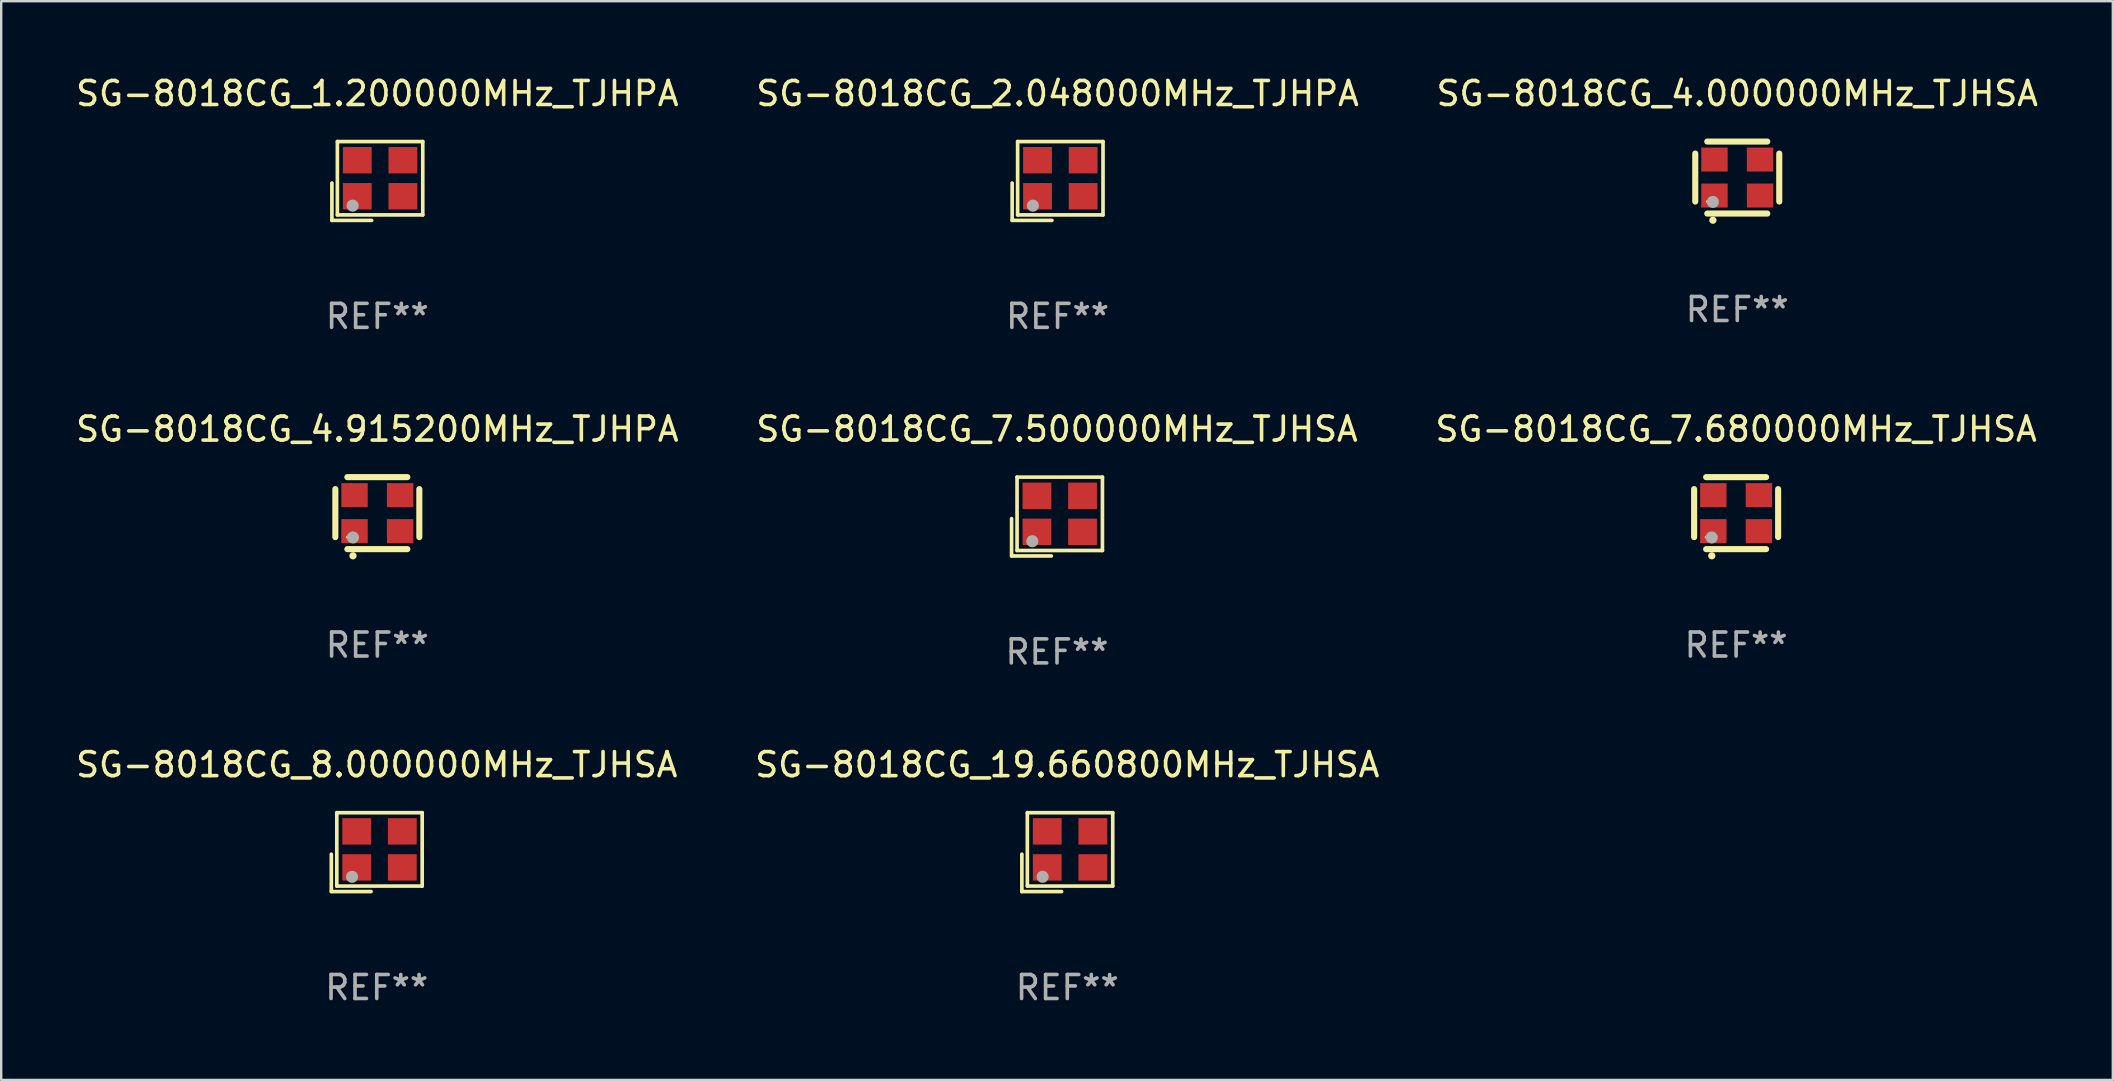
<source format=kicad_pcb>
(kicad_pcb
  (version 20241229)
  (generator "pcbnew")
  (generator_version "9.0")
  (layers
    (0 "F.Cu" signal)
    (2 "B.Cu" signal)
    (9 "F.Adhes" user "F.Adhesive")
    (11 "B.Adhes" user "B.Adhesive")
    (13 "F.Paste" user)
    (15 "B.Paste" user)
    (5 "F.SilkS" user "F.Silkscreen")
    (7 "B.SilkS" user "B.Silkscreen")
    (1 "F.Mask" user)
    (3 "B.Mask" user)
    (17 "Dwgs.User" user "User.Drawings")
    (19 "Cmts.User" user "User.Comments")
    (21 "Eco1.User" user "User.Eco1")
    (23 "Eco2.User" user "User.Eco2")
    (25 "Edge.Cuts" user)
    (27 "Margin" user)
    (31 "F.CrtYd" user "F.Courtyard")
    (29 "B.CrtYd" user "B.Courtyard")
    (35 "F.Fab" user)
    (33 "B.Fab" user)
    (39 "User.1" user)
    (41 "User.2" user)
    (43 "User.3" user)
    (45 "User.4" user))
  (footprint "SG-8018CG_7.500000MHz_TJHSA"
    (layer "F.Cu")
    (at 40.994 18.474)
    (property "Reference" "SG-8018CG_7.500000MHz_TJHSA" (at 0 -3.643 0) (layer "F.SilkS") (effects (font (size 1 1) (thickness 0.15))))
    (attr through_hole)
    (fp_line (start -1.893 0.086) (end -1.893 1.643) (stroke (width 0.152) (type solid)) (layer "F.SilkS"))
    (fp_line (start -1.893 1.643) (end -0.237 1.643) (stroke (width 0.152) (type solid)) (layer "F.SilkS"))
    (fp_line (start -1.665 -1.643) (end 1.893 -1.643) (stroke (width 0.152) (type solid)) (layer "F.SilkS"))
    (fp_line (start -1.665 1.414) (end -1.665 -1.643) (stroke (width 0.152) (type solid)) (layer "F.SilkS"))
    (fp_line (start 1.893 -1.643) (end 1.893 1.414) (stroke (width 0.152) (type solid)) (layer "F.SilkS"))
    (fp_line (start 1.893 1.414) (end -1.665 1.414) (stroke (width 0.152) (type solid)) (layer "F.SilkS"))
    (fp_circle (center -1.136 0.885) (end -1.106 0.885) (stroke (width 0.06) (type solid)) (fill no) (layer "F.SilkS"))
    (fp_circle (center -1.029 1.028) (end -0.902 1.028) (stroke (width 0.254) (type solid)) (fill no) (layer "F.Fab"))
    (fp_text user "REF**" (at 0 5.643 0) (layer "F.Fab") (effects (font (size 1 1) (thickness 0.15))))
    (pad "1" smd rect (at -0.836 0.636) (size 1.2 1.1) (layers "F.Cu" "F.Mask" "F.Paste"))
    (pad "2" smd rect (at 1.064 0.636) (size 1.2 1.1) (layers "F.Cu" "F.Mask" "F.Paste"))
    (pad "3" smd rect (at 1.064 -0.865) (size 1.2 1.1) (layers "F.Cu" "F.Mask" "F.Paste"))
    (pad "4" smd rect (at -0.836 -0.865) (size 1.2 1.1) (layers "F.Cu" "F.Mask" "F.Paste")))
  (footprint "SG-8018CG_1.200000MHz_TJHPA"
    (layer "F.Cu")
    (at 12.673 4.491)
    (property "Reference" "SG-8018CG_1.200000MHz_TJHPA" (at 0 -3.643 0) (layer "F.SilkS") (effects (font (size 1 1) (thickness 0.15))))
    (attr through_hole)
    (fp_line (start -1.893 0.086) (end -1.893 1.643) (stroke (width 0.152) (type solid)) (layer "F.SilkS"))
    (fp_line (start -1.893 1.643) (end -0.237 1.643) (stroke (width 0.152) (type solid)) (layer "F.SilkS"))
    (fp_line (start -1.665 -1.643) (end 1.893 -1.643) (stroke (width 0.152) (type solid)) (layer "F.SilkS"))
    (fp_line (start -1.665 1.414) (end -1.665 -1.643) (stroke (width 0.152) (type solid)) (layer "F.SilkS"))
    (fp_line (start 1.893 -1.643) (end 1.893 1.414) (stroke (width 0.152) (type solid)) (layer "F.SilkS"))
    (fp_line (start 1.893 1.414) (end -1.665 1.414) (stroke (width 0.152) (type solid)) (layer "F.SilkS"))
    (fp_circle (center -1.136 0.885) (end -1.106 0.885) (stroke (width 0.06) (type solid)) (fill no) (layer "F.SilkS"))
    (fp_circle (center -1.029 1.028) (end -0.902 1.028) (stroke (width 0.254) (type solid)) (fill no) (layer "F.Fab"))
    (fp_text user "REF**" (at 0 5.643 0) (layer "F.Fab") (effects (font (size 1 1) (thickness 0.15))))
    (pad "1" smd rect (at -0.836 0.636) (size 1.2 1.1) (layers "F.Cu" "F.Mask" "F.Paste"))
    (pad "2" smd rect (at 1.064 0.636) (size 1.2 1.1) (layers "F.Cu" "F.Mask" "F.Paste"))
    (pad "3" smd rect (at 1.064 -0.865) (size 1.2 1.1) (layers "F.Cu" "F.Mask" "F.Paste"))
    (pad "4" smd rect (at -0.836 -0.865) (size 1.2 1.1) (layers "F.Cu" "F.Mask" "F.Paste")))
  (footprint "SG-8018CG_2.048000MHz_TJHPA"
    (layer "F.Cu")
    (at 41.018 4.491)
    (property "Reference" "SG-8018CG_2.048000MHz_TJHPA" (at 0 -3.643 0) (layer "F.SilkS") (effects (font (size 1 1) (thickness 0.15))))
    (attr through_hole)
    (fp_line (start -1.893 0.086) (end -1.893 1.643) (stroke (width 0.152) (type solid)) (layer "F.SilkS"))
    (fp_line (start -1.893 1.643) (end -0.237 1.643) (stroke (width 0.152) (type solid)) (layer "F.SilkS"))
    (fp_line (start -1.665 -1.643) (end 1.893 -1.643) (stroke (width 0.152) (type solid)) (layer "F.SilkS"))
    (fp_line (start -1.665 1.414) (end -1.665 -1.643) (stroke (width 0.152) (type solid)) (layer "F.SilkS"))
    (fp_line (start 1.893 -1.643) (end 1.893 1.414) (stroke (width 0.152) (type solid)) (layer "F.SilkS"))
    (fp_line (start 1.893 1.414) (end -1.665 1.414) (stroke (width 0.152) (type solid)) (layer "F.SilkS"))
    (fp_circle (center -1.136 0.885) (end -1.106 0.885) (stroke (width 0.06) (type solid)) (fill no) (layer "F.SilkS"))
    (fp_circle (center -1.029 1.028) (end -0.902 1.028) (stroke (width 0.254) (type solid)) (fill no) (layer "F.Fab"))
    (fp_text user "REF**" (at 0 5.643 0) (layer "F.Fab") (effects (font (size 1 1) (thickness 0.15))))
    (pad "1" smd rect (at -0.836 0.636) (size 1.2 1.1) (layers "F.Cu" "F.Mask" "F.Paste"))
    (pad "2" smd rect (at 1.064 0.636) (size 1.2 1.1) (layers "F.Cu" "F.Mask" "F.Paste"))
    (pad "3" smd rect (at 1.064 -0.865) (size 1.2 1.1) (layers "F.Cu" "F.Mask" "F.Paste"))
    (pad "4" smd rect (at -0.836 -0.865) (size 1.2 1.1) (layers "F.Cu" "F.Mask" "F.Paste")))
  (footprint "SG-8018CG_19.660800MHz_TJHSA"
    (layer "F.Cu")
    (at 41.423 32.457)
    (property "Reference" "SG-8018CG_19.660800MHz_TJHSA" (at 0 -3.643 0) (layer "F.SilkS") (effects (font (size 1 1) (thickness 0.15))))
    (attr through_hole)
    (fp_line (start -1.893 0.086) (end -1.893 1.643) (stroke (width 0.152) (type solid)) (layer "F.SilkS"))
    (fp_line (start -1.893 1.643) (end -0.237 1.643) (stroke (width 0.152) (type solid)) (layer "F.SilkS"))
    (fp_line (start -1.665 -1.643) (end 1.893 -1.643) (stroke (width 0.152) (type solid)) (layer "F.SilkS"))
    (fp_line (start -1.665 1.414) (end -1.665 -1.643) (stroke (width 0.152) (type solid)) (layer "F.SilkS"))
    (fp_line (start 1.893 -1.643) (end 1.893 1.414) (stroke (width 0.152) (type solid)) (layer "F.SilkS"))
    (fp_line (start 1.893 1.414) (end -1.665 1.414) (stroke (width 0.152) (type solid)) (layer "F.SilkS"))
    (fp_circle (center -1.136 0.885) (end -1.106 0.885) (stroke (width 0.06) (type solid)) (fill no) (layer "F.SilkS"))
    (fp_circle (center -1.029 1.028) (end -0.902 1.028) (stroke (width 0.254) (type solid)) (fill no) (layer "F.Fab"))
    (fp_text user "REF**" (at 0 5.643 0) (layer "F.Fab") (effects (font (size 1 1) (thickness 0.15))))
    (pad "1" smd rect (at -0.836 0.636) (size 1.2 1.1) (layers "F.Cu" "F.Mask" "F.Paste"))
    (pad "2" smd rect (at 1.064 0.636) (size 1.2 1.1) (layers "F.Cu" "F.Mask" "F.Paste"))
    (pad "3" smd rect (at 1.064 -0.865) (size 1.2 1.1) (layers "F.Cu" "F.Mask" "F.Paste"))
    (pad "4" smd rect (at -0.836 -0.865) (size 1.2 1.1) (layers "F.Cu" "F.Mask" "F.Paste")))
  (footprint "SG-8018CG_4.000000MHz_TJHSA"
    (layer "F.Cu")
    (at 69.339 4.348)
    (property "Reference" "SG-8018CG_4.000000MHz_TJHSA" (at 0 -3.5 0) (layer "F.SilkS") (effects (font (size 1 1) (thickness 0.15))))
    (attr through_hole)
    (fp_line (start -1.75 -1) (end -1.75 1) (stroke (width 0.254) (type solid)) (layer "F.SilkS"))
    (fp_line (start -1.25 -1.5) (end 1.25 -1.5) (stroke (width 0.254) (type solid)) (layer "F.SilkS"))
    (fp_line (start -1.25 1.5) (end 1.25 1.5) (stroke (width 0.254) (type solid)) (layer "F.SilkS"))
    (fp_line (start 1.75 -1) (end 1.75 1) (stroke (width 0.254) (type solid)) (layer "F.SilkS"))
    (fp_arc (start -1.016002 1.778004) (mid -1.014732 1.777999) (end -1.013462 1.778004) (stroke (width 0.3) (type solid)) (layer "F.SilkS"))
    (fp_circle (center -1.25 1) (end -1.22 1) (stroke (width 0.06) (type solid)) (fill no) (layer "F.SilkS"))
    (fp_circle (center -1.016 1.016) (end -0.889 1.016) (stroke (width 0.254) (type solid)) (fill no) (layer "F.Fab"))
    (fp_text user "REF**" (at 0 5.5 0) (layer "F.Fab") (effects (font (size 1 1) (thickness 0.15))))
    (pad "1" smd rect (at -0.95 0.75) (size 1.1 1) (layers "F.Cu" "F.Mask" "F.Paste"))
    (pad "2" smd rect (at 0.95 0.75) (size 1.1 1) (layers "F.Cu" "F.Mask" "F.Paste"))
    (pad "3" smd rect (at 0.95 -0.75) (size 1.1 1) (layers "F.Cu" "F.Mask" "F.Paste"))
    (pad "4" smd rect (at -0.95 -0.75) (size 1.1 1) (layers "F.Cu" "F.Mask" "F.Paste")))
  (footprint "SG-8018CG_4.915200MHz_TJHPA"
    (layer "F.Cu")
    (at 12.673 18.331)
    (property "Reference" "SG-8018CG_4.915200MHz_TJHPA" (at 0 -3.5 0) (layer "F.SilkS") (effects (font (size 1 1) (thickness 0.15))))
    (attr through_hole)
    (fp_line (start -1.75 -1) (end -1.75 1) (stroke (width 0.254) (type solid)) (layer "F.SilkS"))
    (fp_line (start -1.25 -1.5) (end 1.25 -1.5) (stroke (width 0.254) (type solid)) (layer "F.SilkS"))
    (fp_line (start -1.25 1.5) (end 1.25 1.5) (stroke (width 0.254) (type solid)) (layer "F.SilkS"))
    (fp_line (start 1.75 -1) (end 1.75 1) (stroke (width 0.254) (type solid)) (layer "F.SilkS"))
    (fp_arc (start -1.016002 1.778004) (mid -1.014732 1.777999) (end -1.013462 1.778004) (stroke (width 0.3) (type solid)) (layer "F.SilkS"))
    (fp_circle (center -1.25 1) (end -1.22 1) (stroke (width 0.06) (type solid)) (fill no) (layer "F.SilkS"))
    (fp_circle (center -1.016 1.016) (end -0.889 1.016) (stroke (width 0.254) (type solid)) (fill no) (layer "F.Fab"))
    (fp_text user "REF**" (at 0 5.5 0) (layer "F.Fab") (effects (font (size 1 1) (thickness 0.15))))
    (pad "1" smd rect (at -0.95 0.75) (size 1.1 1) (layers "F.Cu" "F.Mask" "F.Paste"))
    (pad "2" smd rect (at 0.95 0.75) (size 1.1 1) (layers "F.Cu" "F.Mask" "F.Paste"))
    (pad "3" smd rect (at 0.95 -0.75) (size 1.1 1) (layers "F.Cu" "F.Mask" "F.Paste"))
    (pad "4" smd rect (at -0.95 -0.75) (size 1.1 1) (layers "F.Cu" "F.Mask" "F.Paste")))
  (footprint "SG-8018CG_8.000000MHz_TJHSA"
    (layer "F.Cu")
    (at 12.649 32.457)
    (property "Reference" "SG-8018CG_8.000000MHz_TJHSA" (at 0 -3.643 0) (layer "F.SilkS") (effects (font (size 1 1) (thickness 0.15))))
    (attr through_hole)
    (fp_line (start -1.893 0.086) (end -1.893 1.643) (stroke (width 0.152) (type solid)) (layer "F.SilkS"))
    (fp_line (start -1.893 1.643) (end -0.237 1.643) (stroke (width 0.152) (type solid)) (layer "F.SilkS"))
    (fp_line (start -1.665 -1.643) (end 1.893 -1.643) (stroke (width 0.152) (type solid)) (layer "F.SilkS"))
    (fp_line (start -1.665 1.414) (end -1.665 -1.643) (stroke (width 0.152) (type solid)) (layer "F.SilkS"))
    (fp_line (start 1.893 -1.643) (end 1.893 1.414) (stroke (width 0.152) (type solid)) (layer "F.SilkS"))
    (fp_line (start 1.893 1.414) (end -1.665 1.414) (stroke (width 0.152) (type solid)) (layer "F.SilkS"))
    (fp_circle (center -1.136 0.885) (end -1.106 0.885) (stroke (width 0.06) (type solid)) (fill no) (layer "F.SilkS"))
    (fp_circle (center -1.029 1.028) (end -0.902 1.028) (stroke (width 0.254) (type solid)) (fill no) (layer "F.Fab"))
    (fp_text user "REF**" (at 0 5.643 0) (layer "F.Fab") (effects (font (size 1 1) (thickness 0.15))))
    (pad "1" smd rect (at -0.836 0.636) (size 1.2 1.1) (layers "F.Cu" "F.Mask" "F.Paste"))
    (pad "2" smd rect (at 1.064 0.636) (size 1.2 1.1) (layers "F.Cu" "F.Mask" "F.Paste"))
    (pad "3" smd rect (at 1.064 -0.865) (size 1.2 1.1) (layers "F.Cu" "F.Mask" "F.Paste"))
    (pad "4" smd rect (at -0.836 -0.865) (size 1.2 1.1) (layers "F.Cu" "F.Mask" "F.Paste")))
  (footprint "SG-8018CG_7.680000MHz_TJHSA"
    (layer "F.Cu")
    (at 69.292 18.331)
    (property "Reference" "SG-8018CG_7.680000MHz_TJHSA" (at 0 -3.5 0) (layer "F.SilkS") (effects (font (size 1 1) (thickness 0.15))))
    (attr through_hole)
    (fp_line (start -1.75 -1) (end -1.75 1) (stroke (width 0.254) (type solid)) (layer "F.SilkS"))
    (fp_line (start -1.25 -1.5) (end 1.25 -1.5) (stroke (width 0.254) (type solid)) (layer "F.SilkS"))
    (fp_line (start -1.25 1.5) (end 1.25 1.5) (stroke (width 0.254) (type solid)) (layer "F.SilkS"))
    (fp_line (start 1.75 -1) (end 1.75 1) (stroke (width 0.254) (type solid)) (layer "F.SilkS"))
    (fp_arc (start -1.016002 1.778004) (mid -1.014732 1.777999) (end -1.013462 1.778004) (stroke (width 0.3) (type solid)) (layer "F.SilkS"))
    (fp_circle (center -1.25 1) (end -1.22 1) (stroke (width 0.06) (type solid)) (fill no) (layer "F.SilkS"))
    (fp_circle (center -1.016 1.016) (end -0.889 1.016) (stroke (width 0.254) (type solid)) (fill no) (layer "F.Fab"))
    (fp_text user "REF**" (at 0 5.5 0) (layer "F.Fab") (effects (font (size 1 1) (thickness 0.15))))
    (pad "1" smd rect (at -0.95 0.75) (size 1.1 1) (layers "F.Cu" "F.Mask" "F.Paste"))
    (pad "2" smd rect (at 0.95 0.75) (size 1.1 1) (layers "F.Cu" "F.Mask" "F.Paste"))
    (pad "3" smd rect (at 0.95 -0.75) (size 1.1 1) (layers "F.Cu" "F.Mask" "F.Paste"))
    (pad "4" smd rect (at -0.95 -0.75) (size 1.1 1) (layers "F.Cu" "F.Mask" "F.Paste")))
  (gr_rect
    (start -3 -3)
    (end 84.988 41.948)
    (stroke (width 0.1) (type default))
    (fill no)
    (layer "Edge.Cuts")))
</source>
